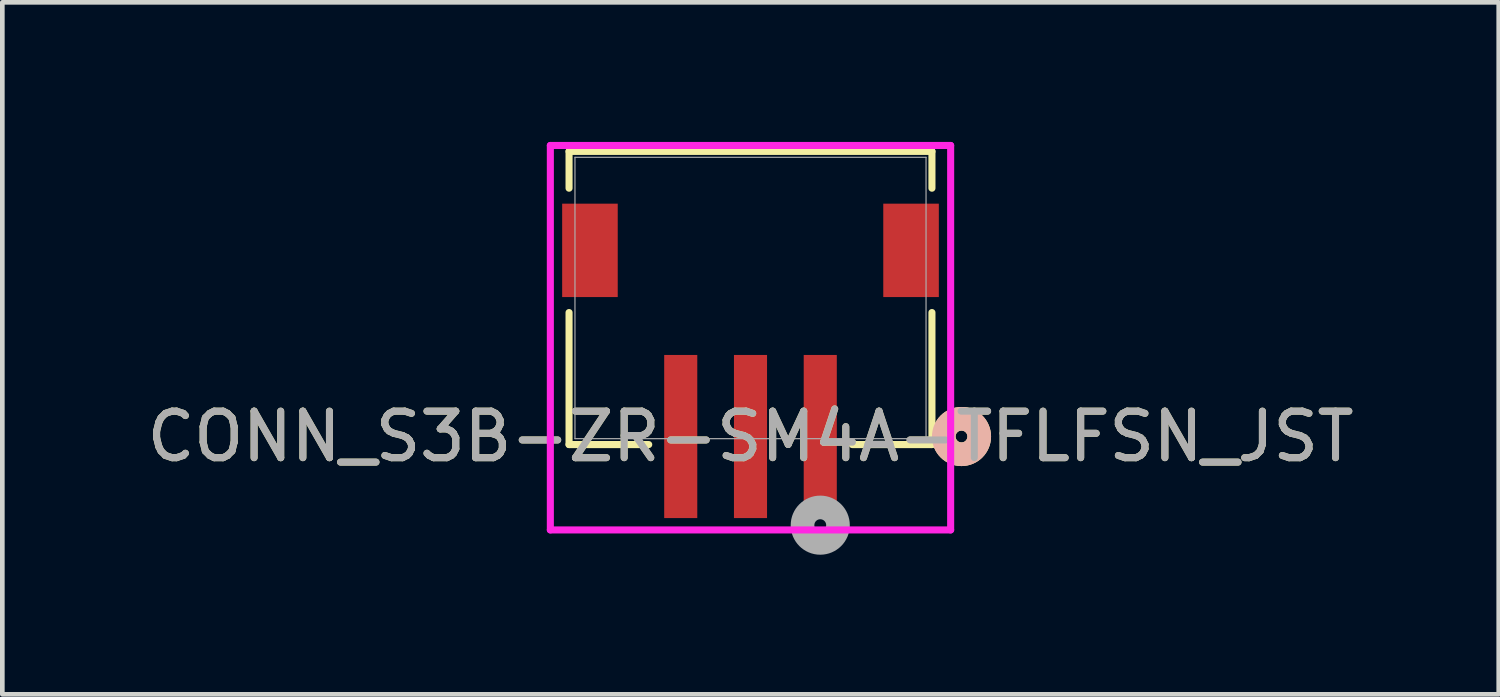
<source format=kicad_pcb>
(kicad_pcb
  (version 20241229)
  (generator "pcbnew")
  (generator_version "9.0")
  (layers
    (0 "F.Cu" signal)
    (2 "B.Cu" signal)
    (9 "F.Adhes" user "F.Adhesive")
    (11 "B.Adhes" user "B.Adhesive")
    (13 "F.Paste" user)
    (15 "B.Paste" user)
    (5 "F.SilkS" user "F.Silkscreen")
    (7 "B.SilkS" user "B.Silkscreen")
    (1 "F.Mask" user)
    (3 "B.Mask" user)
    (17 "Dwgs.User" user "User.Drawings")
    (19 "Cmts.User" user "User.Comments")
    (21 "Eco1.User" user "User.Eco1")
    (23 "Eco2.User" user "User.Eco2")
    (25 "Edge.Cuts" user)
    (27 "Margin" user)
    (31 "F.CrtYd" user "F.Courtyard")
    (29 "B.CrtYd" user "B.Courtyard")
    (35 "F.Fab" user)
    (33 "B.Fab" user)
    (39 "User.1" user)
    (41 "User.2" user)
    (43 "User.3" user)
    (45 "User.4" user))
  (footprint "CONN_S3B-ZR-SM4A-TFLFSN_JST"
    (layer "F.Cu")
    (at 13.077 3.353)
    (property "Reference" "CONN_S3B-ZR-SM4A-TFLFSN_JST" (at 0 2.977 0) (unlocked yes) (layer "F.SilkS") (effects (font (size 1 1) (thickness 0.15))))
    (attr smd)
    (fp_line (start -3.899 -3.15) (end -3.899 -2.359) (stroke (width 0.152) (type solid)) (layer "F.SilkS"))
    (fp_line (start -3.899 0.313) (end -3.899 3.15) (stroke (width 0.152) (type solid)) (layer "F.SilkS"))
    (fp_line (start -3.899 3.15) (end -2.187 3.15) (stroke (width 0.152) (type solid)) (layer "F.SilkS"))
    (fp_line (start 2.187 3.15) (end 3.899 3.15) (stroke (width 0.152) (type solid)) (layer "F.SilkS"))
    (fp_line (start 3.899 -3.15) (end -3.899 -3.15) (stroke (width 0.152) (type solid)) (layer "F.SilkS"))
    (fp_line (start 3.899 -2.359) (end 3.899 -3.15) (stroke (width 0.152) (type solid)) (layer "F.SilkS"))
    (fp_line (start 3.899 3.15) (end 3.899 0.313) (stroke (width 0.152) (type solid)) (layer "F.SilkS"))
    (fp_circle (center 4.534 2.977) (end 4.915 2.977) (stroke (width 0.508) (type solid)) (fill no) (layer "F.SilkS"))
    (fp_circle (center 4.534 2.977) (end 4.915 2.977) (stroke (width 0.508) (type solid)) (fill no) (layer "B.SilkS"))
    (fp_line (start -4.301 -3.277) (end -4.301 4.984) (stroke (width 0.152) (type solid)) (layer "F.CrtYd"))
    (fp_line (start -4.301 4.984) (end 4.301 4.984) (stroke (width 0.152) (type solid)) (layer "F.CrtYd"))
    (fp_line (start 4.301 -3.277) (end -4.301 -3.277) (stroke (width 0.152) (type solid)) (layer "F.CrtYd"))
    (fp_line (start 4.301 4.984) (end 4.301 -3.277) (stroke (width 0.152) (type solid)) (layer "F.CrtYd"))
    (fp_line (start -3.772 -3.023) (end -3.772 3.023) (stroke (width 0.025) (type solid)) (layer "F.Fab"))
    (fp_line (start -3.772 3.023) (end 3.772 3.023) (stroke (width 0.025) (type solid)) (layer "F.Fab"))
    (fp_line (start 3.772 -3.023) (end -3.772 -3.023) (stroke (width 0.025) (type solid)) (layer "F.Fab"))
    (fp_line (start 3.772 3.023) (end 3.772 -3.023) (stroke (width 0.025) (type solid)) (layer "F.Fab"))
    (fp_circle (center 1.499 4.882) (end 1.88 4.882) (stroke (width 0.508) (type solid)) (fill no) (layer "F.Fab"))
    (fp_text user "${REFERENCE}" (at 0 2.977 0) (unlocked yes) (layer "F.Fab") (effects (font (size 1 1) (thickness 0.15))))
    (pad "1" smd rect (at 1.499 2.977) (size 0.711 3.505) (layers "F.Cu" "F.Mask" "F.Paste"))
    (pad "2" smd rect (at 0 2.977) (size 0.711 3.505) (layers "F.Cu" "F.Mask" "F.Paste"))
    (pad "3" smd rect (at -1.499 2.977) (size 0.711 3.505) (layers "F.Cu" "F.Mask" "F.Paste"))
    (pad "4" smd rect (at -3.45 -1.023) (size 1.194 2.007) (layers "F.Cu" "F.Mask" "F.Paste"))
    (pad "5" smd rect (at 3.45 -1.023) (size 1.194 2.007) (layers "F.Cu" "F.Mask" "F.Paste")))
  (gr_rect
    (start -3 -3)
    (end 29.155 11.87)
    (stroke (width 0.1) (type default))
    (fill no)
    (layer "Edge.Cuts")))
</source>
